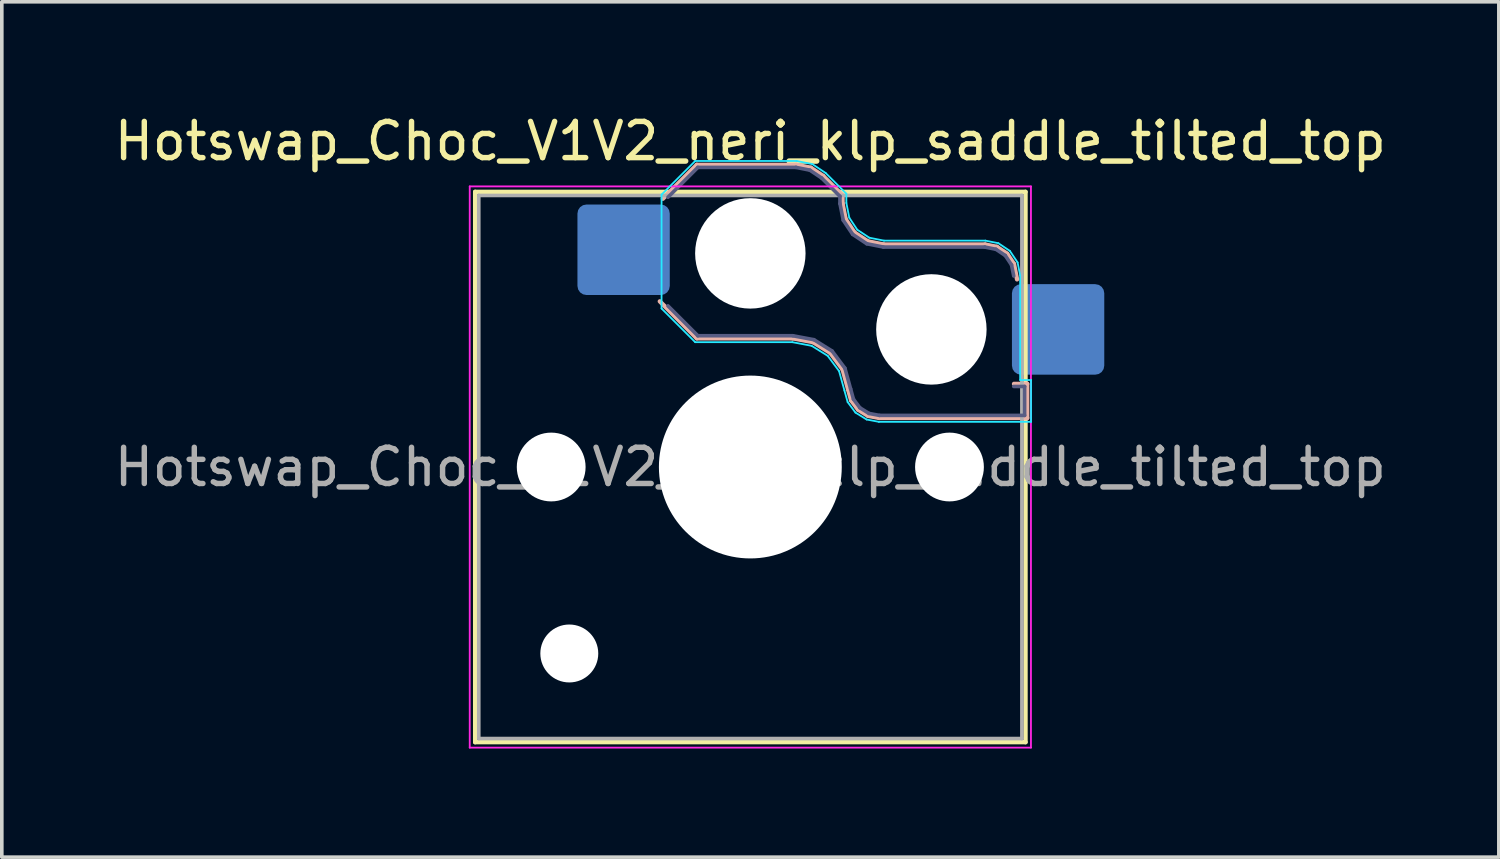
<source format=kicad_pcb>
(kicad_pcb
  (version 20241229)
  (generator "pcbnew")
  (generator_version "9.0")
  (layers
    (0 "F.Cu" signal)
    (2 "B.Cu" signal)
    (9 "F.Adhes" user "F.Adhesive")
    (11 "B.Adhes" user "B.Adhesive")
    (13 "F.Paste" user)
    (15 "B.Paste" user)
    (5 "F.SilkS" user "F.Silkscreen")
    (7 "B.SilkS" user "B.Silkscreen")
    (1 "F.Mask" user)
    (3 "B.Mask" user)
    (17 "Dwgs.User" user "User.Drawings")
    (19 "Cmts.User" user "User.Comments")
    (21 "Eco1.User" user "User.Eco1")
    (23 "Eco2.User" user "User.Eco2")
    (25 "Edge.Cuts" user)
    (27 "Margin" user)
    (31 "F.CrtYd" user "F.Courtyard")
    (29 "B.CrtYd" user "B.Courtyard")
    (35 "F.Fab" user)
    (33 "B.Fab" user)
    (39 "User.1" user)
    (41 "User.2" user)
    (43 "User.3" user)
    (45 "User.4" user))
  (footprint "Hotswap_Choc_V1V2_neri_klp_saddle_tilted_top"
    (layer "F.Cu")
    (at 17.673 9.848)
    (property "Reference" "Hotswap_Choc_V1V2_neri_klp_saddle_tilted_top" (at 0 -9 0) (layer "F.SilkS") (effects (font (size 1 1) (thickness 0.15))))
    (attr smd)
    (fp_line (start -7.6 -7.6) (end -7.6 7.6) (stroke (width 0.12) (type solid)) (layer "F.SilkS"))
    (fp_line (start -7.6 7.6) (end 7.6 7.6) (stroke (width 0.12) (type solid)) (layer "F.SilkS"))
    (fp_line (start 7.6 -7.6) (end -7.6 -7.6) (stroke (width 0.12) (type solid)) (layer "F.SilkS"))
    (fp_line (start 7.6 7.6) (end 7.6 -7.6) (stroke (width 0.12) (type solid)) (layer "F.SilkS"))
    (fp_line (start -2.416 -7.409) (end -1.479 -8.346) (stroke (width 0.12) (type solid)) (layer "B.SilkS"))
    (fp_line (start -1.479 -8.346) (end 1.268 -8.346) (stroke (width 0.12) (type solid)) (layer "B.SilkS"))
    (fp_line (start -1.479 -3.554) (end -2.5 -4.575) (stroke (width 0.12) (type solid)) (layer "B.SilkS"))
    (fp_line (start 1.168 -3.554) (end -1.479 -3.554) (stroke (width 0.12) (type solid)) (layer "B.SilkS"))
    (fp_line (start 1.268 -8.346) (end 1.671 -8.266) (stroke (width 0.12) (type solid)) (layer "B.SilkS"))
    (fp_line (start 1.671 -8.266) (end 2.013 -8.037) (stroke (width 0.12) (type solid)) (layer "B.SilkS"))
    (fp_line (start 1.73 -3.449) (end 1.168 -3.554) (stroke (width 0.12) (type solid)) (layer "B.SilkS"))
    (fp_line (start 2.013 -8.037) (end 2.546 -7.504) (stroke (width 0.12) (type solid)) (layer "B.SilkS"))
    (fp_line (start 2.209 -3.15) (end 1.73 -3.449) (stroke (width 0.12) (type solid)) (layer "B.SilkS"))
    (fp_line (start 2.546 -7.504) (end 2.546 -7.282) (stroke (width 0.12) (type solid)) (layer "B.SilkS"))
    (fp_line (start 2.546 -7.282) (end 2.633 -6.844) (stroke (width 0.12) (type solid)) (layer "B.SilkS"))
    (fp_line (start 2.547 -2.697) (end 2.209 -3.15) (stroke (width 0.12) (type solid)) (layer "B.SilkS"))
    (fp_line (start 2.633 -6.844) (end 2.877 -6.477) (stroke (width 0.12) (type solid)) (layer "B.SilkS"))
    (fp_line (start 2.701 -2.139) (end 2.547 -2.697) (stroke (width 0.12) (type solid)) (layer "B.SilkS"))
    (fp_line (start 2.783 -1.841) (end 2.701 -2.139) (stroke (width 0.12) (type solid)) (layer "B.SilkS"))
    (fp_line (start 2.877 -6.477) (end 3.244 -6.233) (stroke (width 0.12) (type solid)) (layer "B.SilkS"))
    (fp_line (start 2.976 -1.583) (end 2.783 -1.841) (stroke (width 0.12) (type solid)) (layer "B.SilkS"))
    (fp_line (start 3.244 -6.233) (end 3.682 -6.146) (stroke (width 0.12) (type solid)) (layer "B.SilkS"))
    (fp_line (start 3.25 -1.413) (end 2.976 -1.583) (stroke (width 0.12) (type solid)) (layer "B.SilkS"))
    (fp_line (start 3.56 -1.354) (end 3.25 -1.413) (stroke (width 0.12) (type solid)) (layer "B.SilkS"))
    (fp_line (start 3.682 -6.146) (end 6.482 -6.146) (stroke (width 0.12) (type solid)) (layer "B.SilkS"))
    (fp_line (start 6.482 -6.146) (end 6.809 -6.081) (stroke (width 0.12) (type solid)) (layer "B.SilkS"))
    (fp_line (start 6.809 -6.081) (end 7.092 -5.892) (stroke (width 0.12) (type solid)) (layer "B.SilkS"))
    (fp_line (start 7.092 -5.892) (end 7.281 -5.609) (stroke (width 0.12) (type solid)) (layer "B.SilkS"))
    (fp_line (start 7.281 -5.609) (end 7.366 -5.182) (stroke (width 0.12) (type solid)) (layer "B.SilkS"))
    (fp_line (start 7.283 -2.296) (end 7.646 -2.296) (stroke (width 0.12) (type solid)) (layer "B.SilkS"))
    (fp_line (start 7.646 -2.296) (end 7.646 -1.354) (stroke (width 0.12) (type solid)) (layer "B.SilkS"))
    (fp_line (start 7.646 -1.354) (end 3.56 -1.354) (stroke (width 0.12) (type solid)) (layer "B.SilkS"))
    (fp_line (start -7.25 -7.25) (end -7.25 7.25) (stroke (width 0.1) (type solid)) (layer "Eco1.User"))
    (fp_line (start -7.25 7.25) (end 7.25 7.25) (stroke (width 0.1) (type solid)) (layer "Eco1.User"))
    (fp_line (start 7.25 -7.25) (end -7.25 -7.25) (stroke (width 0.1) (type solid)) (layer "Eco1.User"))
    (fp_line (start 7.25 7.25) (end 7.25 -7.25) (stroke (width 0.1) (type solid)) (layer "Eco1.User"))
    (fp_line (start -2.452 -7.523) (end -1.523 -8.452) (stroke (width 0.05) (type solid)) (layer "B.CrtYd"))
    (fp_line (start -2.452 -4.377) (end -2.452 -7.523) (stroke (width 0.05) (type solid)) (layer "B.CrtYd"))
    (fp_line (start -1.523 -8.452) (end 1.278 -8.452) (stroke (width 0.05) (type solid)) (layer "B.CrtYd"))
    (fp_line (start -1.523 -3.448) (end -2.452 -4.377) (stroke (width 0.05) (type solid)) (layer "B.CrtYd"))
    (fp_line (start 1.159 -3.448) (end -1.523 -3.448) (stroke (width 0.05) (type solid)) (layer "B.CrtYd"))
    (fp_line (start 1.278 -8.452) (end 1.712 -8.366) (stroke (width 0.05) (type solid)) (layer "B.CrtYd"))
    (fp_line (start 1.691 -3.348) (end 1.159 -3.448) (stroke (width 0.05) (type solid)) (layer "B.CrtYd"))
    (fp_line (start 1.712 -8.366) (end 2.081 -8.119) (stroke (width 0.05) (type solid)) (layer "B.CrtYd"))
    (fp_line (start 2.081 -8.119) (end 2.652 -7.548) (stroke (width 0.05) (type solid)) (layer "B.CrtYd"))
    (fp_line (start 2.136 -3.071) (end 1.691 -3.348) (stroke (width 0.05) (type solid)) (layer "B.CrtYd"))
    (fp_line (start 2.45 -2.65) (end 2.136 -3.071) (stroke (width 0.05) (type solid)) (layer "B.CrtYd"))
    (fp_line (start 2.599 -2.111) (end 2.45 -2.65) (stroke (width 0.05) (type solid)) (layer "B.CrtYd"))
    (fp_line (start 2.652 -7.548) (end 2.652 -7.292) (stroke (width 0.05) (type solid)) (layer "B.CrtYd"))
    (fp_line (start 2.652 -7.292) (end 2.733 -6.885) (stroke (width 0.05) (type solid)) (layer "B.CrtYd"))
    (fp_line (start 2.687 -1.794) (end 2.599 -2.111) (stroke (width 0.05) (type solid)) (layer "B.CrtYd"))
    (fp_line (start 2.733 -6.885) (end 2.953 -6.553) (stroke (width 0.05) (type solid)) (layer "B.CrtYd"))
    (fp_line (start 2.903 -1.503) (end 2.687 -1.794) (stroke (width 0.05) (type solid)) (layer "B.CrtYd"))
    (fp_line (start 2.953 -6.553) (end 3.285 -6.333) (stroke (width 0.05) (type solid)) (layer "B.CrtYd"))
    (fp_line (start 3.211 -1.312) (end 2.903 -1.503) (stroke (width 0.05) (type solid)) (layer "B.CrtYd"))
    (fp_line (start 3.285 -6.333) (end 3.692 -6.252) (stroke (width 0.05) (type solid)) (layer "B.CrtYd"))
    (fp_line (start 3.55 -1.248) (end 3.211 -1.312) (stroke (width 0.05) (type solid)) (layer "B.CrtYd"))
    (fp_line (start 3.692 -6.252) (end 6.492 -6.252) (stroke (width 0.05) (type solid)) (layer "B.CrtYd"))
    (fp_line (start 6.492 -6.252) (end 6.85 -6.181) (stroke (width 0.05) (type solid)) (layer "B.CrtYd"))
    (fp_line (start 6.85 -6.181) (end 7.168 -5.968) (stroke (width 0.05) (type solid)) (layer "B.CrtYd"))
    (fp_line (start 7.168 -5.968) (end 7.381 -5.65) (stroke (width 0.05) (type solid)) (layer "B.CrtYd"))
    (fp_line (start 7.381 -5.65) (end 7.452 -5.292) (stroke (width 0.05) (type solid)) (layer "B.CrtYd"))
    (fp_line (start 7.452 -5.292) (end 7.452 -2.402) (stroke (width 0.05) (type solid)) (layer "B.CrtYd"))
    (fp_line (start 7.452 -2.402) (end 7.752 -2.402) (stroke (width 0.05) (type solid)) (layer "B.CrtYd"))
    (fp_line (start 7.752 -2.402) (end 7.752 -1.248) (stroke (width 0.05) (type solid)) (layer "B.CrtYd"))
    (fp_line (start 7.752 -1.248) (end 3.55 -1.248) (stroke (width 0.05) (type solid)) (layer "B.CrtYd"))
    (fp_line (start -7.75 -7.75) (end -7.75 7.75) (stroke (width 0.05) (type solid)) (layer "F.CrtYd"))
    (fp_line (start -7.75 7.75) (end 7.75 7.75) (stroke (width 0.05) (type solid)) (layer "F.CrtYd"))
    (fp_line (start 7.75 -7.75) (end -7.75 -7.75) (stroke (width 0.05) (type solid)) (layer "F.CrtYd"))
    (fp_line (start 7.75 7.75) (end 7.75 -7.75) (stroke (width 0.05) (type solid)) (layer "F.CrtYd"))
    (fp_line (start -2.275 -7.45) (end -1.45 -8.275) (stroke (width 0.1) (type solid)) (layer "B.Fab"))
    (fp_line (start -1.45 -8.275) (end 1.261 -8.275) (stroke (width 0.1) (type solid)) (layer "B.Fab"))
    (fp_line (start -1.45 -3.625) (end -2.275 -4.45) (stroke (width 0.1) (type solid)) (layer "B.Fab"))
    (fp_line (start 1.175 -3.625) (end -1.45 -3.625) (stroke (width 0.1) (type solid)) (layer "B.Fab"))
    (fp_line (start 1.261 -8.275) (end 1.643 -8.199) (stroke (width 0.1) (type solid)) (layer "B.Fab"))
    (fp_line (start 1.643 -8.199) (end 1.968 -7.982) (stroke (width 0.1) (type solid)) (layer "B.Fab"))
    (fp_line (start 1.756 -3.516) (end 1.175 -3.625) (stroke (width 0.1) (type solid)) (layer "B.Fab"))
    (fp_line (start 1.968 -7.982) (end 2.475 -7.475) (stroke (width 0.1) (type solid)) (layer "B.Fab"))
    (fp_line (start 2.258 -3.203) (end 1.756 -3.516) (stroke (width 0.1) (type solid)) (layer "B.Fab"))
    (fp_line (start 2.475 -7.475) (end 2.475 -7.275) (stroke (width 0.1) (type solid)) (layer "B.Fab"))
    (fp_line (start 2.475 -7.275) (end 2.566 -6.816) (stroke (width 0.1) (type solid)) (layer "B.Fab"))
    (fp_line (start 2.566 -6.816) (end 2.826 -6.426) (stroke (width 0.1) (type solid)) (layer "B.Fab"))
    (fp_line (start 2.612 -2.729) (end 2.258 -3.203) (stroke (width 0.1) (type solid)) (layer "B.Fab"))
    (fp_line (start 2.769 -2.158) (end 2.612 -2.729) (stroke (width 0.1) (type solid)) (layer "B.Fab"))
    (fp_line (start 2.826 -6.426) (end 3.216 -6.166) (stroke (width 0.1) (type solid)) (layer "B.Fab"))
    (fp_line (start 2.848 -1.873) (end 2.769 -2.158) (stroke (width 0.1) (type solid)) (layer "B.Fab"))
    (fp_line (start 3.025 -1.636) (end 2.848 -1.873) (stroke (width 0.1) (type solid)) (layer "B.Fab"))
    (fp_line (start 3.216 -6.166) (end 3.675 -6.075) (stroke (width 0.1) (type solid)) (layer "B.Fab"))
    (fp_line (start 3.276 -1.48) (end 3.025 -1.636) (stroke (width 0.1) (type solid)) (layer "B.Fab"))
    (fp_line (start 3.567 -1.425) (end 3.276 -1.48) (stroke (width 0.1) (type solid)) (layer "B.Fab"))
    (fp_line (start 3.675 -6.075) (end 6.475 -6.075) (stroke (width 0.1) (type solid)) (layer "B.Fab"))
    (fp_line (start 6.475 -6.075) (end 6.781 -6.014) (stroke (width 0.1) (type solid)) (layer "B.Fab"))
    (fp_line (start 6.781 -6.014) (end 7.041 -5.841) (stroke (width 0.1) (type solid)) (layer "B.Fab"))
    (fp_line (start 7.041 -5.841) (end 7.214 -5.581) (stroke (width 0.1) (type solid)) (layer "B.Fab"))
    (fp_line (start 7.214 -5.581) (end 7.275 -5.275) (stroke (width 0.1) (type solid)) (layer "B.Fab"))
    (fp_line (start 7.275 -2.225) (end 7.575 -2.225) (stroke (width 0.1) (type solid)) (layer "B.Fab"))
    (fp_line (start 7.575 -2.225) (end 7.575 -1.425) (stroke (width 0.1) (type solid)) (layer "B.Fab"))
    (fp_line (start 7.575 -1.425) (end 3.567 -1.425) (stroke (width 0.1) (type solid)) (layer "B.Fab"))
    (fp_line (start -7.5 -7.5) (end -7.5 7.5) (stroke (width 0.1) (type solid)) (layer "F.Fab"))
    (fp_line (start -7.5 7.5) (end 7.5 7.5) (stroke (width 0.1) (type solid)) (layer "F.Fab"))
    (fp_line (start 7.5 -7.5) (end -7.5 -7.5) (stroke (width 0.1) (type solid)) (layer "F.Fab"))
    (fp_line (start 7.5 7.5) (end 7.5 -7.5) (stroke (width 0.1) (type solid)) (layer "F.Fab"))
    (fp_text user "${REFERENCE}" (at 0 0 0) (layer "F.Fab") (effects (font (size 1 1) (thickness 0.15))))
    (pad "" np_thru_hole circle (at -5.5 0) (size 1.9 1.9) (drill 1.9) (layers "*.Cu" "*.Mask"))
    (pad "" np_thru_hole circle (at -5 5.15) (size 1.6 1.6) (drill 1.6) (layers "*.Cu" "*.Mask"))
    (pad "" np_thru_hole circle (at 0 -5.9) (size 3.05 3.05) (drill 3.05) (layers "*.Cu" "*.Mask"))
    (pad "" np_thru_hole circle (at 0 0) (size 5.05 5.05) (drill 5.05) (layers "*.Cu" "*.Mask"))
    (pad "" np_thru_hole circle (at 5 -3.8) (size 3.05 3.05) (drill 3.05) (layers "*.Cu" "*.Mask"))
    (pad "" np_thru_hole circle (at 5.5 0) (size 1.9 1.9) (drill 1.9) (layers "*.Cu" "*.Mask"))
    (pad "1" smd roundrect (at -3.5 -6) (size 2.55 2.5) (layers "B.Cu" "B.Mask" "B.Paste") (roundrect_rratio 0.1))
    (pad "2" smd roundrect (at 8.5 -3.8) (size 2.55 2.5) (layers "B.Cu" "B.Mask" "B.Paste") (roundrect_rratio 0.1)))
  (gr_rect
    (start -3 -3)
    (end 38.345 20.623)
    (stroke (width 0.1) (type default))
    (fill no)
    (layer "Edge.Cuts")))
</source>
